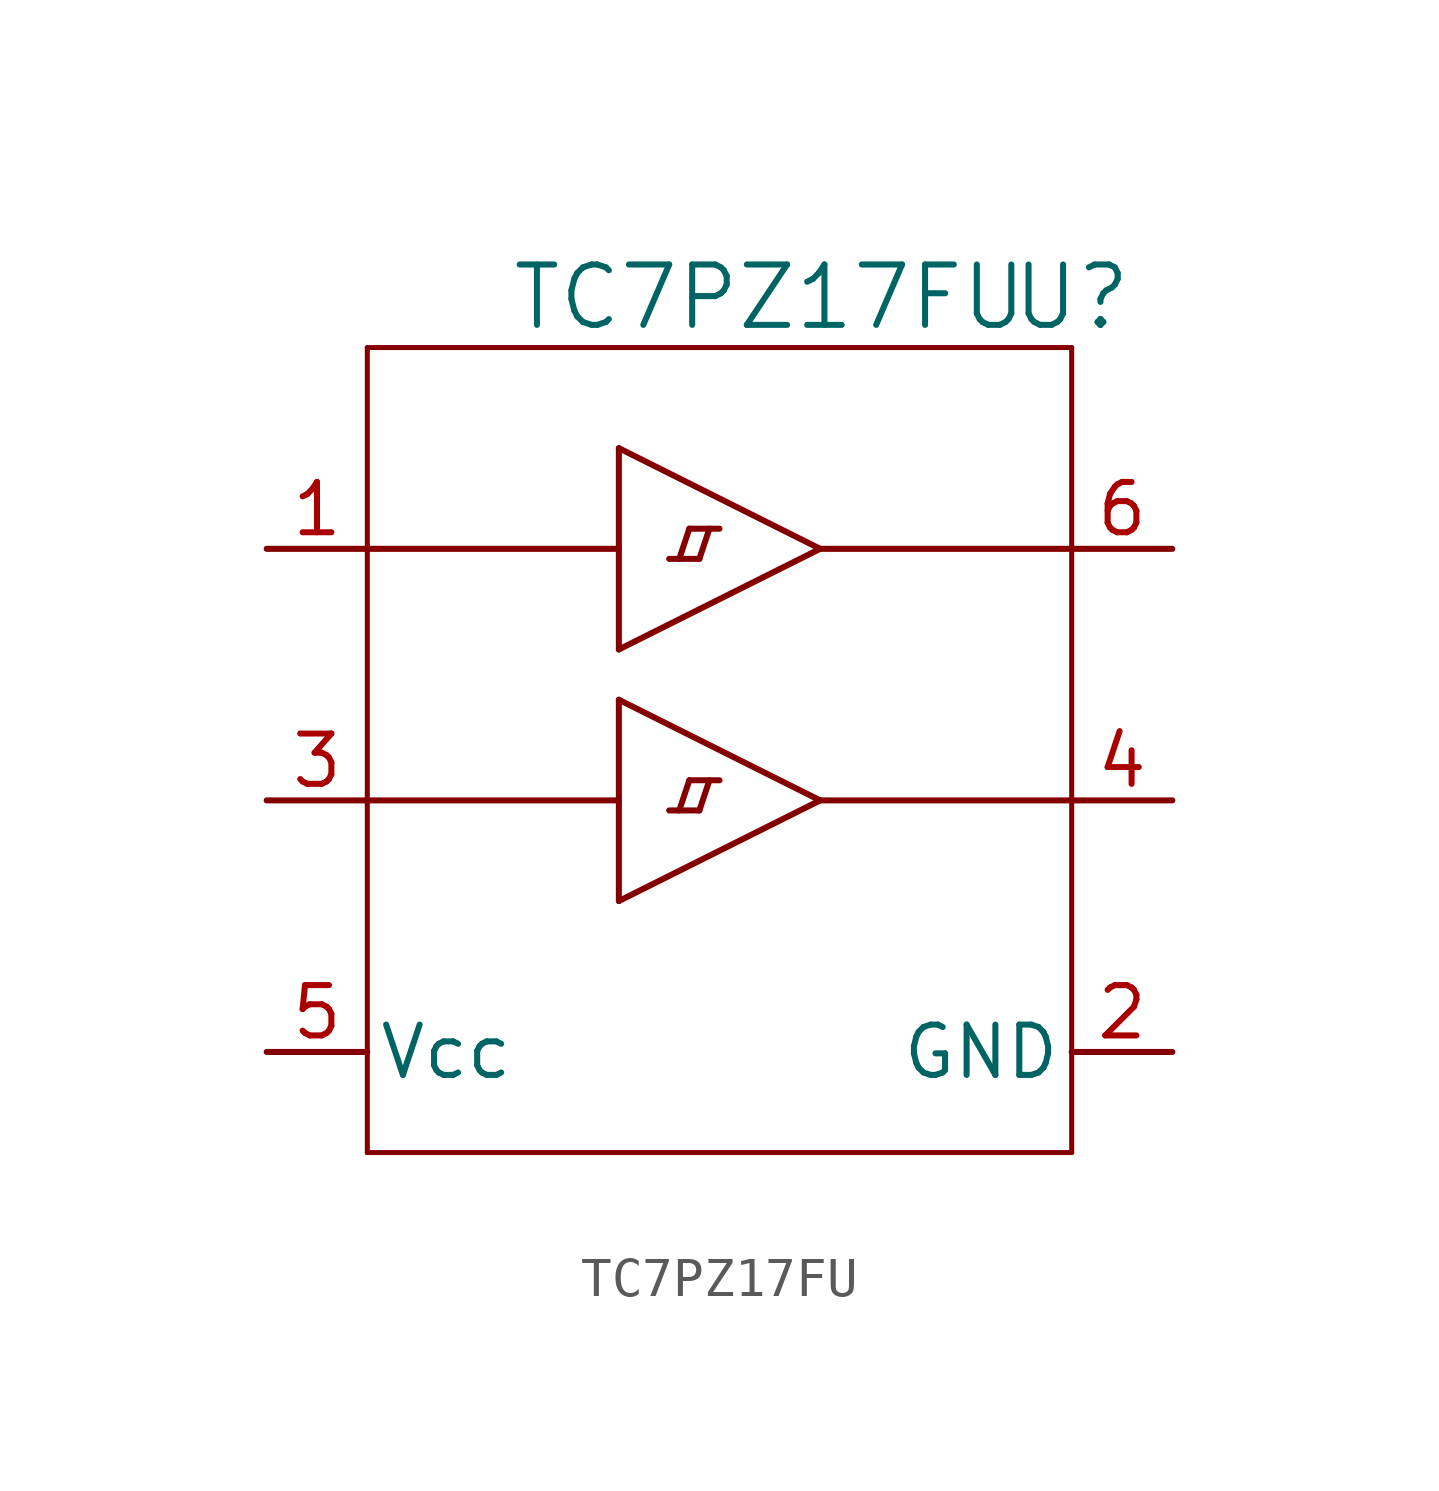
<source format=kicad_sym>
(kicad_symbol_lib
  (version 20220914)
  (generator kicad_symbol_editor)
  (symbol "TC7PZ17FU"
    (pin_names
      (offset 0.254))
    (property "Reference" "U"
      (at 17.78 1.27 0)
      (effects (font (size 1.524 1.524))))
    (property "Value" "TC7PZ17FU"
      (at 10.16 1.27 0)
      (effects (font (size 1.524 1.524))))
    (property "ki_locked" ""
      (at 0 0 0)
      (effects (font (size 1.27 1.27))))
    (symbol "TC7PZ17FU_0_1"
      (polyline (pts (xy 0 -20.32) (xy 0 0)) (stroke (width 0.127) (type default)) (fill (type none)))
      (polyline (pts (xy 0 -11.43) (xy 6.35 -11.43)) (stroke (width 0) (type default)) (fill (type none)))
      (polyline (pts (xy 0 -5.08) (xy 6.35 -5.08)) (stroke (width 0) (type default)) (fill (type none)))
      (polyline (pts (xy 0 0) (xy 17.78 0)) (stroke (width 0.127) (type default)) (fill (type none)))
      (polyline (pts (xy 6.35 -13.97) (xy 11.43 -11.43)) (stroke (width 0) (type default)) (fill (type none)))
      (polyline (pts (xy 6.35 -8.89) (xy 6.35 -13.97)) (stroke (width 0) (type default)) (fill (type none)))
      (polyline (pts (xy 6.35 -8.89) (xy 11.43 -11.43)) (stroke (width 0) (type default)) (fill (type none)))
      (polyline (pts (xy 6.35 -7.62) (xy 11.43 -5.08)) (stroke (width 0) (type default)) (fill (type none)))
      (polyline (pts (xy 6.35 -2.54) (xy 6.35 -7.62)) (stroke (width 0) (type default)) (fill (type none)))
      (polyline (pts (xy 6.35 -2.54) (xy 11.43 -5.08)) (stroke (width 0) (type default)) (fill (type none)))
      (polyline (pts (xy 7.62 -11.684) (xy 8.382 -11.684)) (stroke (width 0) (type default)) (fill (type none)))
      (polyline (pts (xy 7.62 -5.334) (xy 8.382 -5.334)) (stroke (width 0) (type default)) (fill (type none)))
      (polyline (pts (xy 8.128 -10.922) (xy 7.874 -11.684)) (stroke (width 0) (type default)) (fill (type none)))
      (polyline (pts (xy 8.128 -10.922) (xy 8.89 -10.922)) (stroke (width 0) (type default)) (fill (type none)))
      (polyline (pts (xy 8.128 -4.572) (xy 7.874 -5.334)) (stroke (width 0) (type default)) (fill (type none)))
      (polyline (pts (xy 8.128 -4.572) (xy 8.89 -4.572)) (stroke (width 0) (type default)) (fill (type none)))
      (polyline (pts (xy 8.382 -11.684) (xy 8.636 -10.922)) (stroke (width 0) (type default)) (fill (type none)))
      (polyline (pts (xy 8.382 -5.334) (xy 8.636 -4.572)) (stroke (width 0) (type default)) (fill (type none)))
      (polyline (pts (xy 11.43 -11.43) (xy 17.78 -11.43)) (stroke (width 0) (type default)) (fill (type none)))
      (polyline (pts (xy 11.43 -5.08) (xy 17.78 -5.08)) (stroke (width 0) (type default)) (fill (type none)))
      (polyline (pts (xy 17.78 -20.32) (xy 0 -20.32)) (stroke (width 0.127) (type default)) (fill (type none)))
      (polyline (pts (xy 17.78 0) (xy 17.78 -20.32)) (stroke (width 0.127) (type default)) (fill (type none))))
    (symbol "TC7PZ17FU_1_1"
      (pin input line (at -2.54 -5.08 0) (length 2.54) (name "" (effects (font (size 1.27 1.27)))) (number "1" (effects (font (size 1.27 1.27)))))
      (pin power_in line (at 20.32 -17.78 180) (length 2.54) (name "GND" (effects (font (size 1.27 1.27)))) (number "2" (effects (font (size 1.27 1.27)))))
      (pin input line (at -2.54 -11.43 0) (length 2.54) (name "" (effects (font (size 1.27 1.27)))) (number "3" (effects (font (size 1.27 1.27)))))
      (pin output line (at 20.32 -11.43 180) (length 2.54) (name "" (effects (font (size 1.27 1.27)))) (number "4" (effects (font (size 1.27 1.27)))))
      (pin power_in line (at -2.54 -17.78 0) (length 2.54) (name "Vcc" (effects (font (size 1.27 1.27)))) (number "5" (effects (font (size 1.27 1.27)))))
      (pin output line (at 20.32 -5.08 180) (length 2.54) (name "" (effects (font (size 1.27 1.27)))) (number "6" (effects (font (size 1.27 1.27))))))))
</source>
